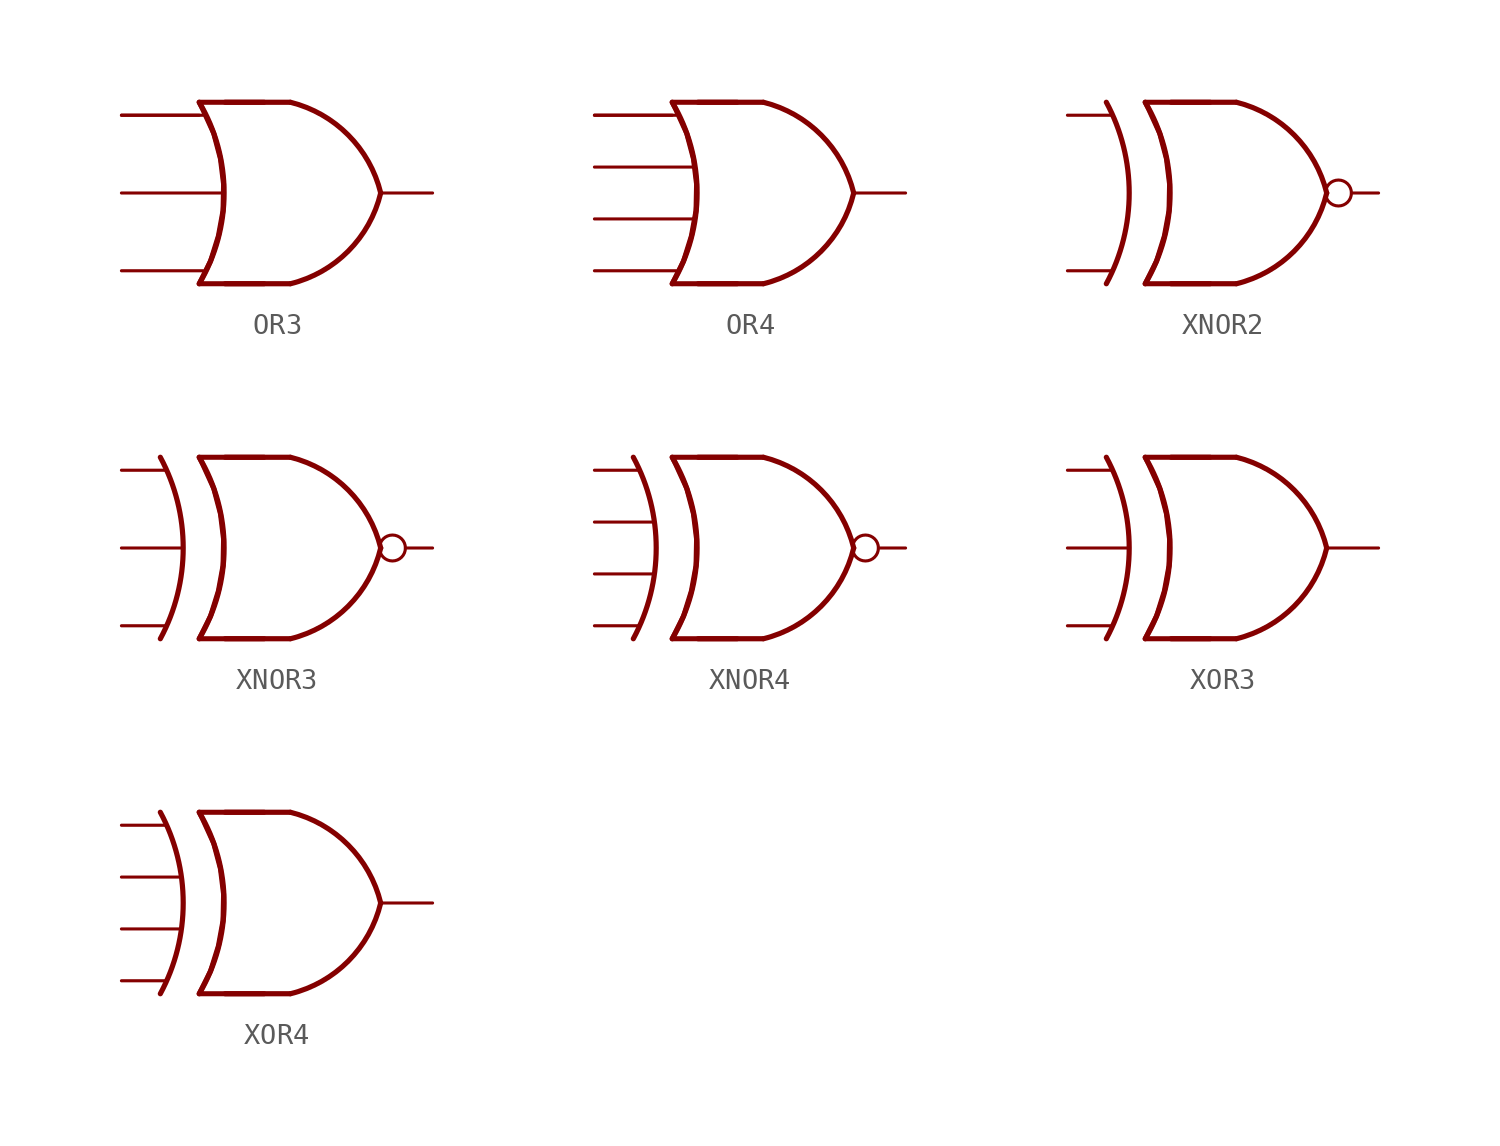
<source format=kicad_sym>
(kicad_symbol_lib
  (version 20231120)
  (generator "kicad_symbol_editor")
  (generator_version "8.0")
  (symbol "OR3"
    (property "Reference" "U"
      (at 0 0 0)
      (effects (font (size 1.27 1.27)) (hide yes)))
    (property "Value" ""
      (at 0 0 0)
      (effects (font (size 1.27 1.27))))
    (symbol "OR3_1_0"
      (pin input line (at 0 7.62 0) (length 3.81) (name "" (effects (font (size 1.27 1.27)))) (number "" (effects (font (size 1.27 1.27)))))
      (pin output line (at 15.24 3.81 180) (length 2.6) (name "" (effects (font (size 1.27 1.27)))) (number "" (effects (font (size 1.27 1.27))))))
    (symbol "OR3_1_1"
      (polyline (pts (xy 5.08 -0.635) (xy 8.255 -0.635)) (stroke (width 0.254) (type default)) (fill (type background)))
      (polyline (pts (xy 5.08 8.255) (xy 8.255 8.255)) (stroke (width 0.254) (type default)) (fill (type background)))
      (polyline (pts (xy 6.985 8.255) (xy 3.81 8.255) (xy 3.81 8.255) (xy 3.988 7.899) (xy 4.521 6.731) (xy 4.851 5.486) (xy 5.004 4.242) (xy 4.978 2.946) (xy 4.75 1.702) (xy 4.369 0.483) (xy 3.81 -0.635) (xy 3.81 -0.635) (xy 6.985 -0.635)) (stroke (width 0.25) (type default)) (fill (type none)))
      (arc (start 3.81 -0.635) (mid 5.0292 3.81) (end 3.81 8.255) (stroke (width 0.254) (type default)) (fill (type none)))
      (arc (start 8.2804 -0.635) (mid 11.1141 0.9672) (end 12.7 3.81) (stroke (width 0.254) (type default)) (fill (type none)))
      (arc (start 12.7 3.81) (mid 11.1097 6.6484) (end 8.2804 8.255) (stroke (width 0.254) (type default)) (fill (type none)))
      (pin input line (at 0 0 0) (length 4) (name "" (effects (font (size 1.27 1.27)))) (number "" (effects (font (size 1.27 1.27)))))
      (pin input line (at 0 3.81 0) (length 5) (name "" (effects (font (size 1.27 1.27)))) (number "" (effects (font (size 1.27 1.27)))))
      (pin input line (at 0 7.62 0) (length 4) (name "" (effects (font (size 1.27 1.27)))) (number "" (effects (font (size 1.27 1.27)))))))
  (symbol "OR4"
    (property "Reference" "U"
      (at 2.54 0 0)
      (effects (font (size 1.27 1.27)) (hide yes)))
    (property "Value" ""
      (at 2.54 0 0)
      (effects (font (size 1.27 1.27))))
    (symbol "OR4_1_0"
      (pin input line (at 0 7.62 0) (length 3.81) (name "" (effects (font (size 1.27 1.27)))) (number "" (effects (font (size 1.27 1.27)))))
      (pin output line (at 15.24 3.81 180) (length 2.6) (name "" (effects (font (size 1.27 1.27)))) (number "" (effects (font (size 1.27 1.27))))))
    (symbol "OR4_1_1"
      (polyline (pts (xy 5.08 -0.635) (xy 8.255 -0.635)) (stroke (width 0.254) (type default)) (fill (type background)))
      (polyline (pts (xy 5.08 8.255) (xy 8.255 8.255)) (stroke (width 0.254) (type default)) (fill (type background)))
      (polyline (pts (xy 6.985 8.255) (xy 3.81 8.255) (xy 3.81 8.255) (xy 3.988 7.899) (xy 4.521 6.731) (xy 4.851 5.486) (xy 5.004 4.242) (xy 4.978 2.946) (xy 4.75 1.702) (xy 4.369 0.483) (xy 3.81 -0.635) (xy 3.81 -0.635) (xy 6.985 -0.635)) (stroke (width 0.25) (type default)) (fill (type none)))
      (arc (start 3.81 -0.635) (mid 5.0292 3.81) (end 3.81 8.255) (stroke (width 0.254) (type default)) (fill (type none)))
      (arc (start 8.2804 -0.635) (mid 11.1141 0.9672) (end 12.7 3.81) (stroke (width 0.254) (type default)) (fill (type none)))
      (arc (start 12.7 3.81) (mid 11.1097 6.6484) (end 8.2804 8.255) (stroke (width 0.254) (type default)) (fill (type none)))
      (pin input line (at 0 0 0) (length 4) (name "" (effects (font (size 1.27 1.27)))) (number "" (effects (font (size 1.27 1.27)))))
      (pin input line (at 0 2.54 0) (length 4.826) (name "" (effects (font (size 1.27 1.27)))) (number "" (effects (font (size 1.27 1.27)))))
      (pin input line (at 0 5.08 0) (length 4.826) (name "" (effects (font (size 1.27 1.27)))) (number "" (effects (font (size 1.27 1.27)))))
      (pin input line (at 0 7.62 0) (length 4) (name "" (effects (font (size 1.27 1.27)))) (number "" (effects (font (size 1.27 1.27)))))))
  (symbol "XNOR2"
    (property "Reference" "U"
      (at 0 0 0)
      (effects (font (size 1.27 1.27)) (hide yes)))
    (property "Value" ""
      (at 0 0 0)
      (effects (font (size 1.27 1.27))))
    (symbol "XNOR2_1_0"
      (pin input line (at 0 7.62 0) (length 2.2) (name "" (effects (font (size 1.27 1.27)))) (number "" (effects (font (size 1.27 1.27)))))
      (pin output inverted (at 15.24 3.81 180) (length 2.6) (name "" (effects (font (size 1.27 1.27)))) (number "" (effects (font (size 1.27 1.27))))))
    (symbol "XNOR2_1_1"
      (polyline (pts (xy 5.08 -0.635) (xy 8.255 -0.635)) (stroke (width 0.254) (type default)) (fill (type background)))
      (polyline (pts (xy 5.08 8.255) (xy 8.255 8.255)) (stroke (width 0.254) (type default)) (fill (type background)))
      (polyline (pts (xy 6.985 8.255) (xy 3.81 8.255) (xy 3.81 8.255) (xy 3.988 7.899) (xy 4.521 6.731) (xy 4.851 5.486) (xy 5.004 4.242) (xy 4.978 2.946) (xy 4.75 1.702) (xy 4.369 0.483) (xy 3.81 -0.635) (xy 3.81 -0.635) (xy 6.985 -0.635)) (stroke (width 0.25) (type default)) (fill (type none)))
      (arc (start 1.905 -0.635) (mid 3.0257 3.81) (end 1.905 8.255) (stroke (width 0.254) (type default)) (fill (type none)))
      (arc (start 3.81 -0.635) (mid 5.0292 3.81) (end 3.81 8.255) (stroke (width 0.254) (type default)) (fill (type none)))
      (arc (start 8.2804 -0.635) (mid 11.1141 0.9672) (end 12.7 3.81) (stroke (width 0.254) (type default)) (fill (type none)))
      (arc (start 12.7 3.81) (mid 11.1097 6.6484) (end 8.2804 8.255) (stroke (width 0.254) (type default)) (fill (type none)))
      (pin input line (at 0 0 0) (length 2.2) (name "" (effects (font (size 1.27 1.27)))) (number "" (effects (font (size 1.27 1.27)))))))
  (symbol "XNOR3"
    (property "Reference" "U"
      (at 0 0 0)
      (effects (font (size 1.27 1.27)) (hide yes)))
    (property "Value" ""
      (at 0 0 0)
      (effects (font (size 1.27 1.27))))
    (symbol "XNOR3_1_0"
      (pin input line (at 0 3.81 0) (length 3) (name "" (effects (font (size 1.27 1.27)))) (number "" (effects (font (size 1.27 1.27)))))
      (pin input line (at 0 7.62 0) (length 2.2) (name "" (effects (font (size 1.27 1.27)))) (number "" (effects (font (size 1.27 1.27)))))
      (pin output inverted (at 15.24 3.81 180) (length 2.6) (name "" (effects (font (size 1.27 1.27)))) (number "" (effects (font (size 1.27 1.27))))))
    (symbol "XNOR3_1_1"
      (polyline (pts (xy 5.08 -0.635) (xy 8.255 -0.635)) (stroke (width 0.254) (type default)) (fill (type background)))
      (polyline (pts (xy 5.08 8.255) (xy 8.255 8.255)) (stroke (width 0.254) (type default)) (fill (type background)))
      (polyline (pts (xy 6.985 8.255) (xy 3.81 8.255) (xy 3.81 8.255) (xy 3.988 7.899) (xy 4.521 6.731) (xy 4.851 5.486) (xy 5.004 4.242) (xy 4.978 2.946) (xy 4.75 1.702) (xy 4.369 0.483) (xy 3.81 -0.635) (xy 3.81 -0.635) (xy 6.985 -0.635)) (stroke (width 0.25) (type default)) (fill (type none)))
      (arc (start 1.905 -0.635) (mid 3.0257 3.81) (end 1.905 8.255) (stroke (width 0.254) (type default)) (fill (type none)))
      (arc (start 3.81 -0.635) (mid 5.0292 3.81) (end 3.81 8.255) (stroke (width 0.254) (type default)) (fill (type none)))
      (arc (start 8.2804 -0.635) (mid 11.1141 0.9672) (end 12.7 3.81) (stroke (width 0.254) (type default)) (fill (type none)))
      (arc (start 12.7 3.81) (mid 11.1097 6.6484) (end 8.2804 8.255) (stroke (width 0.254) (type default)) (fill (type none)))
      (pin input line (at 0 0 0) (length 2.2) (name "" (effects (font (size 1.27 1.27)))) (number "" (effects (font (size 1.27 1.27)))))))
  (symbol "XNOR4"
    (property "Reference" "U"
      (at 0 0 0)
      (effects (font (size 1.27 1.27)) (hide yes)))
    (property "Value" ""
      (at 0 0 0)
      (effects (font (size 1.27 1.27))))
    (symbol "XNOR4_1_0"
      (pin input line (at 0 7.62 0) (length 2.2) (name "" (effects (font (size 1.27 1.27)))) (number "" (effects (font (size 1.27 1.27)))))
      (pin output inverted (at 15.24 3.81 180) (length 2.6) (name "" (effects (font (size 1.27 1.27)))) (number "" (effects (font (size 1.27 1.27))))))
    (symbol "XNOR4_1_1"
      (polyline (pts (xy 5.08 -0.635) (xy 8.255 -0.635)) (stroke (width 0.254) (type default)) (fill (type background)))
      (polyline (pts (xy 5.08 8.255) (xy 8.255 8.255)) (stroke (width 0.254) (type default)) (fill (type background)))
      (polyline (pts (xy 6.985 8.255) (xy 3.81 8.255) (xy 3.81 8.255) (xy 3.988 7.899) (xy 4.521 6.731) (xy 4.851 5.486) (xy 5.004 4.242) (xy 4.978 2.946) (xy 4.75 1.702) (xy 4.369 0.483) (xy 3.81 -0.635) (xy 3.81 -0.635) (xy 6.985 -0.635)) (stroke (width 0.25) (type default)) (fill (type none)))
      (arc (start 1.905 -0.635) (mid 3.0257 3.81) (end 1.905 8.255) (stroke (width 0.254) (type default)) (fill (type none)))
      (arc (start 3.81 -0.635) (mid 5.0292 3.81) (end 3.81 8.255) (stroke (width 0.254) (type default)) (fill (type none)))
      (arc (start 8.2804 -0.635) (mid 11.1141 0.9672) (end 12.7 3.81) (stroke (width 0.254) (type default)) (fill (type none)))
      (arc (start 12.7 3.81) (mid 11.1097 6.6484) (end 8.2804 8.255) (stroke (width 0.254) (type default)) (fill (type none)))
      (pin input line (at 0 0 0) (length 2.2) (name "" (effects (font (size 1.27 1.27)))) (number "" (effects (font (size 1.27 1.27)))))
      (pin input line (at 0 2.54 0) (length 2.8) (name "" (effects (font (size 1.27 1.27)))) (number "" (effects (font (size 1.27 1.27)))))
      (pin input line (at 0 5.08 0) (length 2.8) (name "" (effects (font (size 1.27 1.27)))) (number "" (effects (font (size 1.27 1.27)))))))
  (symbol "XOR3"
    (property "Reference" "U"
      (at 0 0 0)
      (effects (font (size 1.27 1.27)) (hide yes)))
    (property "Value" ""
      (at 0 0 0)
      (effects (font (size 1.27 1.27))))
    (symbol "XOR3_1_0"
      (pin input line (at 0 3.81 0) (length 3) (name "" (effects (font (size 1.27 1.27)))) (number "" (effects (font (size 1.27 1.27)))))
      (pin input line (at 0 7.62 0) (length 2.2) (name "" (effects (font (size 1.27 1.27)))) (number "" (effects (font (size 1.27 1.27)))))
      (pin output line (at 15.24 3.81 180) (length 2.6) (name "" (effects (font (size 1.27 1.27)))) (number "" (effects (font (size 1.27 1.27))))))
    (symbol "XOR3_1_1"
      (polyline (pts (xy 5.08 -0.635) (xy 8.255 -0.635)) (stroke (width 0.254) (type default)) (fill (type background)))
      (polyline (pts (xy 5.08 8.255) (xy 8.255 8.255)) (stroke (width 0.254) (type default)) (fill (type background)))
      (polyline (pts (xy 6.985 8.255) (xy 3.81 8.255) (xy 3.81 8.255) (xy 3.988 7.899) (xy 4.521 6.731) (xy 4.851 5.486) (xy 5.004 4.242) (xy 4.978 2.946) (xy 4.75 1.702) (xy 4.369 0.483) (xy 3.81 -0.635) (xy 3.81 -0.635) (xy 6.985 -0.635)) (stroke (width 0.25) (type default)) (fill (type none)))
      (arc (start 1.905 -0.635) (mid 3.0257 3.81) (end 1.905 8.255) (stroke (width 0.254) (type default)) (fill (type none)))
      (arc (start 3.81 -0.635) (mid 5.0292 3.81) (end 3.81 8.255) (stroke (width 0.254) (type default)) (fill (type none)))
      (arc (start 8.2804 -0.635) (mid 11.1141 0.9672) (end 12.7 3.81) (stroke (width 0.254) (type default)) (fill (type none)))
      (arc (start 12.7 3.81) (mid 11.1097 6.6484) (end 8.2804 8.255) (stroke (width 0.254) (type default)) (fill (type none)))
      (pin input line (at 0 0 0) (length 2.2) (name "" (effects (font (size 1.27 1.27)))) (number "" (effects (font (size 1.27 1.27)))))))
  (symbol "XOR4"
    (property "Reference" "U"
      (at 0 0 0)
      (effects (font (size 1.27 1.27)) (hide yes)))
    (property "Value" ""
      (at 0 0 0)
      (effects (font (size 1.27 1.27))))
    (symbol "XOR4_1_0"
      (pin input line (at 0 7.62 0) (length 2.2) (name "" (effects (font (size 1.27 1.27)))) (number "" (effects (font (size 1.27 1.27)))))
      (pin output line (at 15.24 3.81 180) (length 2.6) (name "" (effects (font (size 1.27 1.27)))) (number "" (effects (font (size 1.27 1.27))))))
    (symbol "XOR4_1_1"
      (polyline (pts (xy 5.08 -0.635) (xy 8.255 -0.635)) (stroke (width 0.254) (type default)) (fill (type background)))
      (polyline (pts (xy 5.08 8.255) (xy 8.255 8.255)) (stroke (width 0.254) (type default)) (fill (type background)))
      (polyline (pts (xy 6.985 8.255) (xy 3.81 8.255) (xy 3.81 8.255) (xy 3.988 7.899) (xy 4.521 6.731) (xy 4.851 5.486) (xy 5.004 4.242) (xy 4.978 2.946) (xy 4.75 1.702) (xy 4.369 0.483) (xy 3.81 -0.635) (xy 3.81 -0.635) (xy 6.985 -0.635)) (stroke (width 0.25) (type default)) (fill (type none)))
      (arc (start 1.905 -0.635) (mid 3.0257 3.81) (end 1.905 8.255) (stroke (width 0.254) (type default)) (fill (type none)))
      (arc (start 3.81 -0.635) (mid 5.0292 3.81) (end 3.81 8.255) (stroke (width 0.254) (type default)) (fill (type none)))
      (arc (start 8.2804 -0.635) (mid 11.1141 0.9672) (end 12.7 3.81) (stroke (width 0.254) (type default)) (fill (type none)))
      (arc (start 12.7 3.81) (mid 11.1097 6.6484) (end 8.2804 8.255) (stroke (width 0.254) (type default)) (fill (type none)))
      (pin input line (at 0 0 0) (length 2.2) (name "" (effects (font (size 1.27 1.27)))) (number "" (effects (font (size 1.27 1.27)))))
      (pin input line (at 0 2.54 0) (length 2.8) (name "" (effects (font (size 1.27 1.27)))) (number "" (effects (font (size 1.27 1.27)))))
      (pin input line (at 0 5.08 0) (length 2.8) (name "" (effects (font (size 1.27 1.27)))) (number "" (effects (font (size 1.27 1.27))))))))
</source>
